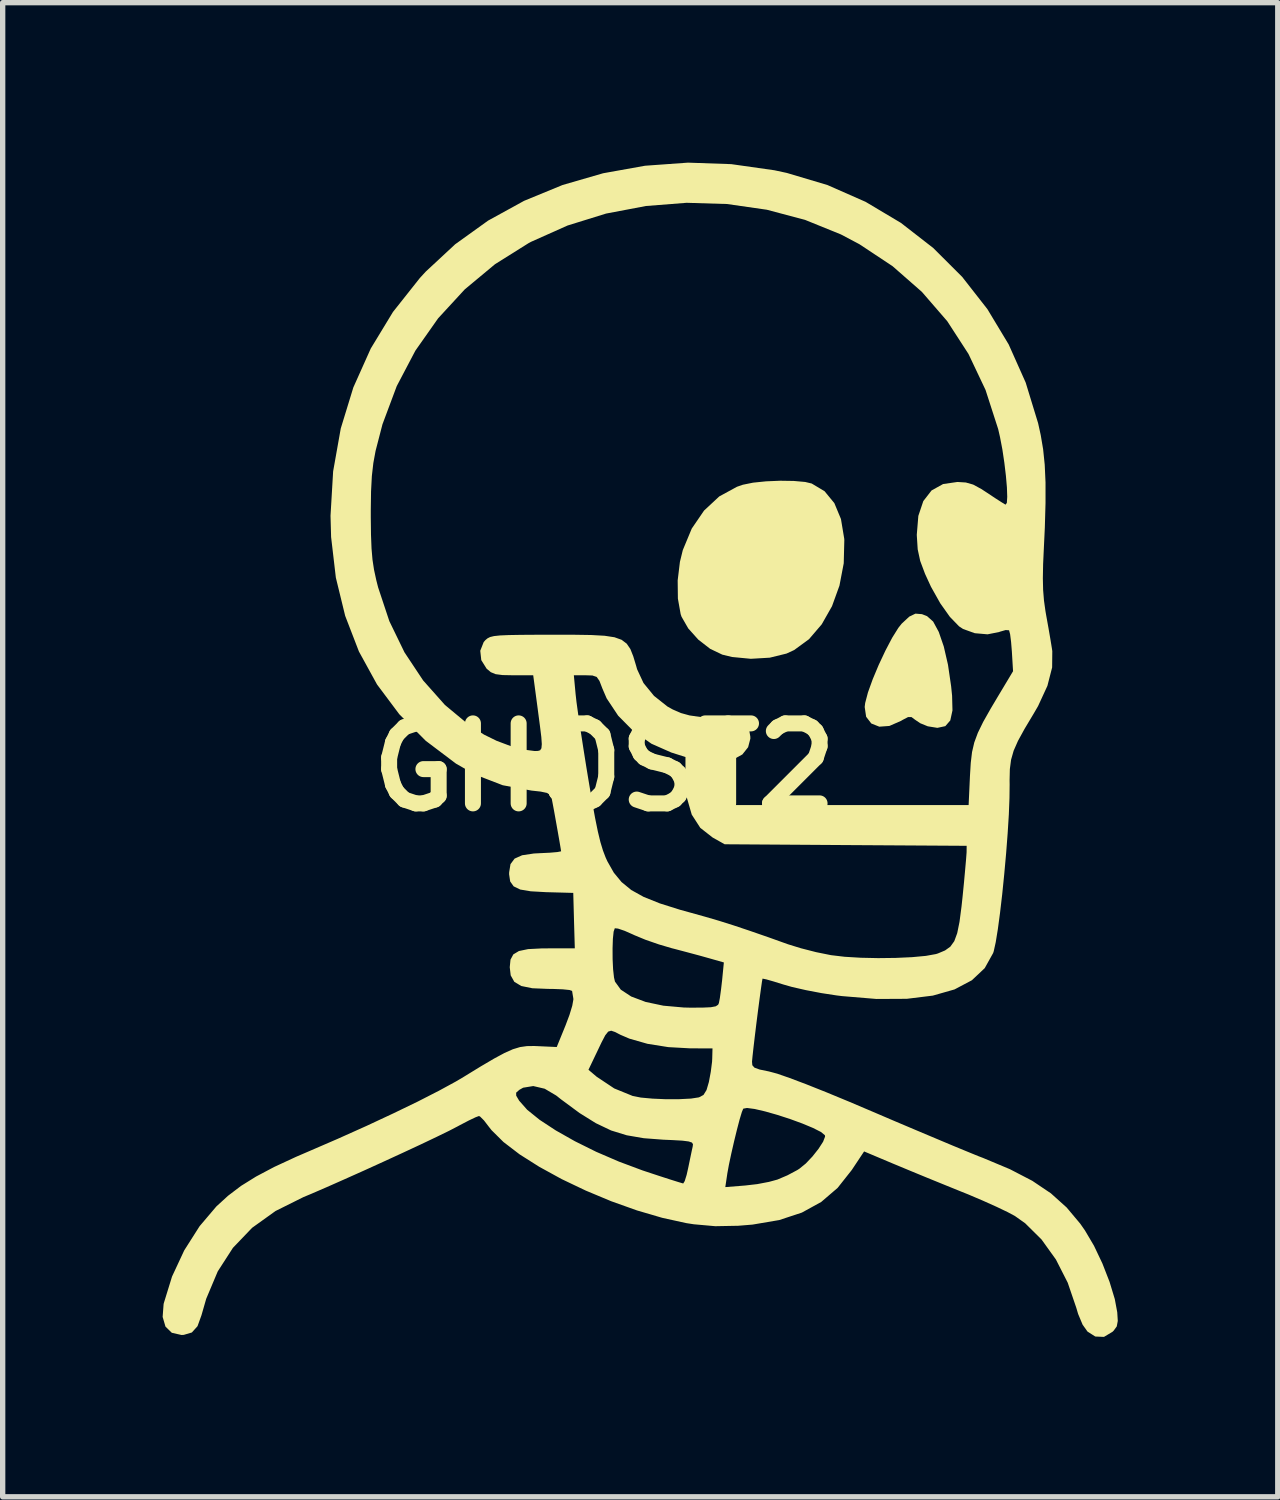
<source format=kicad_pcb>
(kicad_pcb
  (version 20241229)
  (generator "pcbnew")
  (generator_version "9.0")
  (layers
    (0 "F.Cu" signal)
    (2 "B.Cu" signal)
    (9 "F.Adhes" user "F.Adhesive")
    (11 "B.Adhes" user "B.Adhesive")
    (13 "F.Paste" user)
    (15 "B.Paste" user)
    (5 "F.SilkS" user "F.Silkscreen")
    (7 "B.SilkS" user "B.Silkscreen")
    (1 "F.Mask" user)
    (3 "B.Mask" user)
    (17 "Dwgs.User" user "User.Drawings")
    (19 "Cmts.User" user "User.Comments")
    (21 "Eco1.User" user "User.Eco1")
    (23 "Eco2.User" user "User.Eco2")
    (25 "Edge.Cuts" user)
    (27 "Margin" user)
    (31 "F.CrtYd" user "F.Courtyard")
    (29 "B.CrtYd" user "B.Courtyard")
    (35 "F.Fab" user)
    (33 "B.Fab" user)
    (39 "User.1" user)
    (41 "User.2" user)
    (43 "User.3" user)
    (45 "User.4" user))
  (footprint "GHOST2"
    (layer "F.Cu")
    (at 8.283 11.337)
    (property "Reference" "GHOST2" (at 0 0 0) (layer "F.SilkS") (effects (font (size 1.5 1.5) (thickness 0.3))))
    (attr board_only exclude_from_pos_files exclude_from_bom)
    (fp_poly (pts (xy 5.956 -2.87) (xy 6.051 -2.833) (xy 6.166 -2.731) (xy 6.271 -2.537) (xy 6.365 -2.264) (xy 6.444 -1.921) (xy 6.503 -1.518) (xy 6.521 -1.34) (xy 6.528 -1.065) (xy 6.487 -0.877) (xy 6.394 -0.77) (xy 6.245 -0.738) (xy 6.065 -0.767) (xy 5.923 -0.825) (xy 5.827 -0.89) (xy 5.76 -0.94) (xy 5.695 -0.94) (xy 5.593 -0.887) (xy 5.561 -0.868) (xy 5.346 -0.774) (xy 5.156 -0.76) (xy 5.006 -0.82) (xy 4.909 -0.946) (xy 4.882 -1.13) (xy 4.891 -1.204) (xy 4.943 -1.402) (xy 5.032 -1.649) (xy 5.145 -1.919) (xy 5.271 -2.187) (xy 5.397 -2.427) (xy 5.513 -2.613) (xy 5.576 -2.692) (xy 5.718 -2.824) (xy 5.834 -2.88)) (stroke (width 0) (type solid)) (fill yes) (layer "F.SilkS"))
    (fp_poly (pts (xy 3.553 -5.368) (xy 3.766 -5.349) (xy 3.888 -5.32) (xy 4.129 -5.176) (xy 4.313 -4.952) (xy 4.437 -4.654) (xy 4.498 -4.287) (xy 4.5 -4.259) (xy 4.489 -3.824) (xy 4.409 -3.406) (xy 4.269 -3.019) (xy 4.076 -2.679) (xy 3.837 -2.4) (xy 3.559 -2.197) (xy 3.416 -2.131) (xy 3.102 -2.054) (xy 2.747 -2.033) (xy 2.393 -2.067) (xy 2.212 -2.111) (xy 1.984 -2.22) (xy 1.761 -2.393) (xy 1.573 -2.603) (xy 1.448 -2.821) (xy 1.431 -2.87) (xy 1.379 -3.162) (xy 1.375 -3.503) (xy 1.417 -3.85) (xy 1.471 -4.071) (xy 1.639 -4.475) (xy 1.87 -4.813) (xy 2.155 -5.078) (xy 2.487 -5.259) (xy 2.597 -5.297) (xy 2.789 -5.336) (xy 3.033 -5.361) (xy 3.298 -5.372)) (stroke (width 0) (type solid)) (fill yes) (layer "F.SilkS"))
    (fp_poly (pts (xy 2.38 -11.309) (xy 3.19 -11.194) (xy 3.422 -11.144) (xy 4.184 -10.917) (xy 4.899 -10.602) (xy 5.562 -10.207) (xy 6.168 -9.736) (xy 6.71 -9.195) (xy 7.183 -8.59) (xy 7.582 -7.928) (xy 7.901 -7.213) (xy 8.134 -6.451) (xy 8.183 -6.229) (xy 8.228 -5.963) (xy 8.258 -5.672) (xy 8.273 -5.341) (xy 8.273 -4.954) (xy 8.26 -4.492) (xy 8.244 -4.157) (xy 8.228 -3.813) (xy 8.223 -3.544) (xy 8.228 -3.324) (xy 8.244 -3.126) (xy 8.272 -2.926) (xy 8.287 -2.839) (xy 8.329 -2.606) (xy 8.366 -2.391) (xy 8.393 -2.226) (xy 8.4 -2.176) (xy 8.397 -1.871) (xy 8.308 -1.525) (xy 8.133 -1.146) (xy 8.051 -1.005) (xy 7.88 -0.719) (xy 7.757 -0.495) (xy 7.675 -0.309) (xy 7.627 -0.14) (xy 7.604 0.036) (xy 7.599 0.241) (xy 7.6 0.326) (xy 7.597 0.577) (xy 7.585 0.887) (xy 7.563 1.239) (xy 7.534 1.617) (xy 7.499 2.004) (xy 7.461 2.38) (xy 7.42 2.731) (xy 7.379 3.037) (xy 7.339 3.283) (xy 7.302 3.45) (xy 7.291 3.484) (xy 7.133 3.768) (xy 6.892 3.995) (xy 6.567 4.167) (xy 6.16 4.283) (xy 5.672 4.343) (xy 5.104 4.346) (xy 4.456 4.292) (xy 4.358 4.28) (xy 4.071 4.236) (xy 3.778 4.18) (xy 3.516 4.12) (xy 3.358 4.075) (xy 3.178 4.019) (xy 3.042 3.98) (xy 2.971 3.965) (xy 2.966 3.965) (xy 2.956 4.018) (xy 2.937 4.151) (xy 2.911 4.341) (xy 2.881 4.569) (xy 2.85 4.813) (xy 2.821 5.051) (xy 2.796 5.263) (xy 2.778 5.427) (xy 2.769 5.522) (xy 2.775 5.589) (xy 2.815 5.634) (xy 2.911 5.669) (xy 3.085 5.705) (xy 3.093 5.707) (xy 3.242 5.747) (xy 3.475 5.828) (xy 3.785 5.945) (xy 4.164 6.096) (xy 4.604 6.278) (xy 5.041 6.464) (xy 5.443 6.636) (xy 5.835 6.802) (xy 6.203 6.957) (xy 6.531 7.095) (xy 6.805 7.208) (xy 7.01 7.292) (xy 7.099 7.326) (xy 7.605 7.538) (xy 8.025 7.756) (xy 8.374 7.991) (xy 8.669 8.256) (xy 8.924 8.56) (xy 9.012 8.686) (xy 9.182 8.974) (xy 9.34 9.307) (xy 9.474 9.651) (xy 9.572 9.974) (xy 9.618 10.221) (xy 9.628 10.384) (xy 9.609 10.486) (xy 9.551 10.566) (xy 9.528 10.588) (xy 9.369 10.683) (xy 9.206 10.676) (xy 9.06 10.583) (xy 8.968 10.453) (xy 8.884 10.252) (xy 8.851 10.14) (xy 8.689 9.666) (xy 8.468 9.232) (xy 8.198 8.856) (xy 7.891 8.552) (xy 7.702 8.418) (xy 7.563 8.343) (xy 7.354 8.243) (xy 7.098 8.128) (xy 6.821 8.01) (xy 6.701 7.962) (xy 6.388 7.835) (xy 6.054 7.699) (xy 5.734 7.567) (xy 5.465 7.455) (xy 5.414 7.434) (xy 4.871 7.205) (xy 4.639 7.554) (xy 4.374 7.889) (xy 4.066 8.153) (xy 3.704 8.352) (xy 3.279 8.492) (xy 2.779 8.577) (xy 2.51 8.599) (xy 2.08 8.607) (xy 1.677 8.571) (xy 1.535 8.549) (xy 1.085 8.45) (xy 0.611 8.311) (xy 0.129 8.139) (xy -0.347 7.94) (xy -0.486 7.874) (xy 2.268 7.874) (xy 2.642 7.844) (xy 2.867 7.818) (xy 3.087 7.776) (xy 3.245 7.733) (xy 3.433 7.653) (xy 3.619 7.554) (xy 3.659 7.528) (xy 3.778 7.431) (xy 3.903 7.299) (xy 4.017 7.155) (xy 4.102 7.023) (xy 4.139 6.927) (xy 4.136 6.901) (xy 4.061 6.84) (xy 3.913 6.765) (xy 3.714 6.682) (xy 3.485 6.598) (xy 3.245 6.52) (xy 3.016 6.455) (xy 2.819 6.409) (xy 2.675 6.39) (xy 2.605 6.403) (xy 2.579 6.465) (xy 2.537 6.604) (xy 2.487 6.795) (xy 2.433 7.016) (xy 2.381 7.243) (xy 2.336 7.454) (xy 2.305 7.624) (xy 2.303 7.64) (xy 2.268 7.874) (xy -0.486 7.874) (xy -0.802 7.723) (xy -1.221 7.493) (xy -1.589 7.26) (xy -1.892 7.028) (xy -2.115 6.807) (xy -2.167 6.741) (xy -2.257 6.624) (xy -2.329 6.552) (xy -2.351 6.541) (xy -2.414 6.564) (xy -2.54 6.624) (xy -2.707 6.711) (xy -2.757 6.738) (xy -2.915 6.82) (xy -3.149 6.934) (xy -3.443 7.074) (xy -3.778 7.23) (xy -4.139 7.396) (xy -4.508 7.564) (xy -4.868 7.725) (xy -5.202 7.873) (xy -5.493 7.999) (xy -5.644 8.062) (xy -6.166 8.322) (xy -6.605 8.637) (xy -6.965 9.013) (xy -7.25 9.455) (xy -7.466 9.968) (xy -7.555 10.277) (xy -7.629 10.482) (xy -7.735 10.6) (xy -7.887 10.645) (xy -7.93 10.647) (xy -8.111 10.606) (xy -8.23 10.49) (xy -8.283 10.308) (xy -8.265 10.067) (xy -8.261 10.05) (xy -8.107 9.551) (xy -7.878 9.06) (xy -7.59 8.607) (xy -7.276 8.237) (xy -7.056 8.036) (xy -6.814 7.852) (xy -6.531 7.676) (xy -6.193 7.497) (xy -5.781 7.306) (xy -5.551 7.207) (xy -4.994 6.966) (xy -4.457 6.725) (xy -3.954 6.49) (xy -3.499 6.27) (xy -3.173 6.103) (xy -1.654 6.103) (xy -1.653 6.159) (xy -1.598 6.253) (xy -1.448 6.423) (xy -1.214 6.612) (xy -0.911 6.811) (xy -0.552 7.014) (xy -0.153 7.212) (xy 0.274 7.396) (xy 0.713 7.56) (xy 0.776 7.581) (xy 1.021 7.662) (xy 1.231 7.73) (xy 1.387 7.779) (xy 1.471 7.804) (xy 1.479 7.806) (xy 1.507 7.761) (xy 1.543 7.645) (xy 1.572 7.516) (xy 1.609 7.337) (xy 1.641 7.184) (xy 1.656 7.117) (xy 1.662 7.07) (xy 1.643 7.039) (xy 1.582 7.018) (xy 1.464 7.003) (xy 1.271 6.992) (xy 1.107 6.985) (xy 0.738 6.957) (xy 0.419 6.902) (xy 0.127 6.812) (xy -0.16 6.675) (xy -0.465 6.485) (xy -0.81 6.23) (xy -0.904 6.156) (xy -1.119 6.029) (xy -1.333 5.979) (xy -1.523 6.01) (xy -1.594 6.05) (xy -1.654 6.103) (xy -3.173 6.103) (xy -3.104 6.068) (xy -2.783 5.893) (xy -2.636 5.806) (xy -2.421 5.674) (xy -0.298 5.674) (xy -0.143 5.805) (xy 0.186 6.024) (xy 0.532 6.165) (xy 0.685 6.195) (xy 0.904 6.215) (xy 1.156 6.226) (xy 1.408 6.225) (xy 1.625 6.214) (xy 1.774 6.191) (xy 1.859 6.146) (xy 1.916 6.054) (xy 1.96 5.904) (xy 1.996 5.711) (xy 2.02 5.522) (xy 2.023 5.463) (xy 2.028 5.273) (xy 1.61 5.272) (xy 1.199 5.249) (xy 0.809 5.187) (xy 0.47 5.09) (xy 0.302 5.018) (xy 0.199 4.965) (xy 0.128 4.941) (xy 0.072 4.958) (xy 0.017 5.027) (xy -0.053 5.161) (xy -0.154 5.373) (xy -0.16 5.385) (xy -0.298 5.674) (xy -2.421 5.674) (xy -2.318 5.611) (xy -2.068 5.464) (xy -1.873 5.359) (xy -1.716 5.289) (xy -1.581 5.248) (xy -1.453 5.23) (xy -1.317 5.228) (xy -1.245 5.231) (xy -0.893 5.247) (xy -0.728 4.842) (xy -0.654 4.645) (xy -0.602 4.474) (xy -0.581 4.357) (xy -0.582 4.335) (xy -0.599 4.233) (xy -0.605 4.195) (xy -0.653 4.178) (xy -0.78 4.165) (xy -0.963 4.158) (xy -1.058 4.157) (xy -1.351 4.145) (xy -1.557 4.103) (xy -1.688 4.025) (xy -1.756 3.904) (xy -1.774 3.751) (xy -1.76 3.609) (xy -1.707 3.51) (xy -1.602 3.447) (xy -1.43 3.411) (xy -1.213 3.4) (xy 0.154 3.4) (xy 0.155 3.6) (xy 0.164 3.79) (xy 0.181 3.944) (xy 0.199 4.02) (xy 0.308 4.171) (xy 0.504 4.3) (xy 0.775 4.402) (xy 1.107 4.472) (xy 1.488 4.506) (xy 1.606 4.509) (xy 1.843 4.508) (xy 1.997 4.501) (xy 2.088 4.484) (xy 2.133 4.455) (xy 2.148 4.423) (xy 2.166 4.329) (xy 2.188 4.169) (xy 2.208 3.998) (xy 2.241 3.661) (xy 1.97 3.584) (xy 1.788 3.533) (xy 1.553 3.47) (xy 1.311 3.406) (xy 1.267 3.395) (xy 1.023 3.323) (xy 0.772 3.236) (xy 0.564 3.15) (xy 0.539 3.138) (xy 0.38 3.068) (xy 0.256 3.026) (xy 0.196 3.02) (xy 0.174 3.083) (xy 0.16 3.218) (xy 0.154 3.4) (xy -1.213 3.4) (xy -1.177 3.398) (xy -1.052 3.397) (xy -0.554 3.397) (xy -0.569 2.877) (xy -0.583 2.357) (xy -1.096 2.343) (xy -1.38 2.327) (xy -1.577 2.294) (xy -1.701 2.234) (xy -1.766 2.142) (xy -1.786 2.008) (xy -1.785 1.969) (xy -1.76 1.817) (xy -1.683 1.714) (xy -1.542 1.651) (xy -1.321 1.618) (xy -1.204 1.612) (xy -1.019 1.603) (xy -0.881 1.591) (xy -0.814 1.578) (xy -0.811 1.576) (xy -0.82 1.518) (xy -0.842 1.388) (xy -0.873 1.211) (xy -0.908 1.015) (xy -0.942 0.825) (xy -0.971 0.67) (xy -0.989 0.578) (xy -1.015 0.52) (xy -1.076 0.482) (xy -1.195 0.457) (xy -1.368 0.438) (xy -1.906 0.338) (xy -2.422 0.139) (xy -2.782 -0.067) (xy -3.35 -0.496) (xy -3.845 -0.993) (xy -4.263 -1.552) (xy -4.602 -2.169) (xy -4.86 -2.838) (xy -5.035 -3.555) (xy -5.124 -4.316) (xy -5.135 -4.715) (xy -5.129 -4.817) (xy -4.38 -4.817) (xy -4.38 -4.69) (xy -4.376 -4.359) (xy -4.366 -4.102) (xy -4.348 -3.892) (xy -4.319 -3.702) (xy -4.276 -3.504) (xy -4.242 -3.371) (xy -4.032 -2.739) (xy -3.748 -2.154) (xy -3.398 -1.627) (xy -2.989 -1.167) (xy -2.528 -0.784) (xy -2.256 -0.611) (xy -2.02 -0.495) (xy -1.759 -0.397) (xy -1.51 -0.33) (xy -1.31 -0.304) (xy -1.309 -0.304) (xy -1.247 -0.305) (xy -1.205 -0.317) (xy -1.18 -0.355) (xy -1.173 -0.433) (xy -1.182 -0.566) (xy -1.207 -0.769) (xy -1.245 -1.056) (xy -1.25 -1.096) (xy -1.334 -1.724) (xy -0.572 -1.724) (xy -0.539 -1.37) (xy -0.522 -1.219) (xy -0.49 -0.987) (xy -0.446 -0.694) (xy -0.394 -0.357) (xy -0.337 0.002) (xy -0.302 0.214) (xy -0.233 0.625) (xy -0.174 0.95) (xy -0.122 1.205) (xy -0.074 1.404) (xy -0.026 1.562) (xy 0.024 1.693) (xy 0.057 1.765) (xy 0.177 1.977) (xy 0.322 2.153) (xy 0.505 2.303) (xy 0.739 2.433) (xy 1.041 2.554) (xy 1.422 2.674) (xy 1.629 2.731) (xy 1.894 2.805) (xy 2.151 2.88) (xy 2.42 2.965) (xy 2.722 3.066) (xy 3.08 3.19) (xy 3.443 3.32) (xy 3.686 3.395) (xy 3.971 3.468) (xy 4.238 3.522) (xy 4.255 3.525) (xy 4.507 3.555) (xy 4.809 3.573) (xy 5.136 3.58) (xy 5.464 3.576) (xy 5.77 3.562) (xy 6.029 3.538) (xy 6.218 3.504) (xy 6.256 3.492) (xy 6.389 3.436) (xy 6.488 3.365) (xy 6.562 3.262) (xy 6.617 3.112) (xy 6.66 2.9) (xy 6.698 2.61) (xy 6.717 2.434) (xy 6.744 2.163) (xy 6.766 1.92) (xy 6.783 1.728) (xy 6.792 1.608) (xy 6.793 1.586) (xy 6.794 1.474) (xy 4.525 1.46) (xy 2.256 1.445) (xy 2.03 1.318) (xy 1.799 1.137) (xy 1.639 0.889) (xy 1.547 0.571) (xy 1.521 0.228) (xy 1.521 -0.191) (xy 1.255 -0.276) (xy 0.884 -0.44) (xy 0.546 -0.676) (xy 0.259 -0.966) (xy 0.043 -1.291) (xy -0.036 -1.474) (xy -0.092 -1.619) (xy -0.144 -1.693) (xy -0.224 -1.72) (xy -0.349 -1.724) (xy -0.572 -1.724) (xy -1.334 -1.724) (xy -1.708 -1.724) (xy -1.91 -1.728) (xy -2.04 -1.745) (xy -2.129 -1.782) (xy -2.207 -1.847) (xy -2.208 -1.848) (xy -2.308 -2.008) (xy -2.327 -2.184) (xy -2.263 -2.346) (xy -2.231 -2.383) (xy -2.192 -2.416) (xy -2.143 -2.441) (xy -2.069 -2.459) (xy -1.956 -2.471) (xy -1.792 -2.478) (xy -1.563 -2.482) (xy -1.255 -2.484) (xy -0.986 -2.484) (xy -0.571 -2.484) (xy -0.245 -2.479) (xy 0.005 -2.465) (xy 0.19 -2.437) (xy 0.324 -2.389) (xy 0.419 -2.317) (xy 0.488 -2.216) (xy 0.542 -2.08) (xy 0.595 -1.905) (xy 0.614 -1.837) (xy 0.734 -1.579) (xy 0.931 -1.338) (xy 1.182 -1.139) (xy 1.282 -1.083) (xy 1.435 -1.016) (xy 1.598 -0.971) (xy 1.802 -0.942) (xy 2.044 -0.925) (xy 2.327 -0.902) (xy 2.523 -0.863) (xy 2.647 -0.802) (xy 2.714 -0.709) (xy 2.737 -0.576) (xy 2.738 -0.536) (xy 2.696 -0.375) (xy 2.588 -0.239) (xy 2.445 -0.161) (xy 2.381 -0.152) (xy 2.298 -0.108) (xy 2.245 0.006) (xy 2.225 0.163) (xy 2.238 0.335) (xy 2.287 0.495) (xy 2.336 0.576) (xy 2.441 0.71) (xy 4.636 0.71) (xy 6.831 0.71) (xy 6.856 0.165) (xy 6.871 -0.082) (xy 6.895 -0.284) (xy 6.937 -0.464) (xy 7.004 -0.645) (xy 7.104 -0.85) (xy 7.246 -1.101) (xy 7.375 -1.318) (xy 7.664 -1.8) (xy 7.642 -2.168) (xy 7.627 -2.352) (xy 7.609 -2.494) (xy 7.59 -2.566) (xy 7.589 -2.568) (xy 7.525 -2.572) (xy 7.414 -2.54) (xy 7.403 -2.535) (xy 7.186 -2.492) (xy 6.946 -2.513) (xy 6.727 -2.592) (xy 6.651 -2.642) (xy 6.479 -2.82) (xy 6.299 -3.074) (xy 6.125 -3.384) (xy 6.014 -3.625) (xy 5.923 -3.868) (xy 5.876 -4.085) (xy 5.86 -4.336) (xy 5.859 -4.36) (xy 5.888 -4.713) (xy 5.981 -4.99) (xy 6.136 -5.19) (xy 6.352 -5.31) (xy 6.621 -5.349) (xy 6.779 -5.339) (xy 6.916 -5.3) (xy 7.069 -5.217) (xy 7.178 -5.146) (xy 7.333 -5.043) (xy 7.456 -4.964) (xy 7.522 -4.924) (xy 7.524 -4.924) (xy 7.548 -4.957) (xy 7.555 -5.071) (xy 7.549 -5.247) (xy 7.53 -5.466) (xy 7.501 -5.709) (xy 7.464 -5.958) (xy 7.419 -6.193) (xy 7.385 -6.341) (xy 7.148 -7.075) (xy 6.828 -7.75) (xy 6.43 -8.364) (xy 5.954 -8.914) (xy 5.404 -9.396) (xy 4.782 -9.808) (xy 4.436 -9.991) (xy 3.763 -10.264) (xy 3.047 -10.454) (xy 2.302 -10.561) (xy 1.542 -10.584) (xy 0.781 -10.524) (xy 0.032 -10.382) (xy -0.69 -10.158) (xy -1.373 -9.853) (xy -1.42 -9.828) (xy -2.051 -9.432) (xy -2.618 -8.96) (xy -3.117 -8.418) (xy -3.544 -7.811) (xy -3.893 -7.147) (xy -4.161 -6.43) (xy -4.29 -5.932) (xy -4.332 -5.704) (xy -4.36 -5.459) (xy -4.375 -5.172) (xy -4.38 -4.817) (xy -5.129 -4.817) (xy -5.086 -5.548) (xy -4.943 -6.352) (xy -4.707 -7.122) (xy -4.38 -7.852) (xy -3.964 -8.537) (xy -3.461 -9.172) (xy -3.349 -9.294) (xy -2.798 -9.806) (xy -2.18 -10.25) (xy -1.505 -10.621) (xy -0.783 -10.918) (xy -0.023 -11.138) (xy 0.763 -11.279) (xy 1.568 -11.337)) (stroke (width 0) (type solid)) (fill yes) (layer "F.SilkS")))
  (gr_rect
    (start -3 -3)
    (end 20.911 25.019)
    (stroke (width 0.1) (type default))
    (fill no)
    (layer "Edge.Cuts")))
</source>
